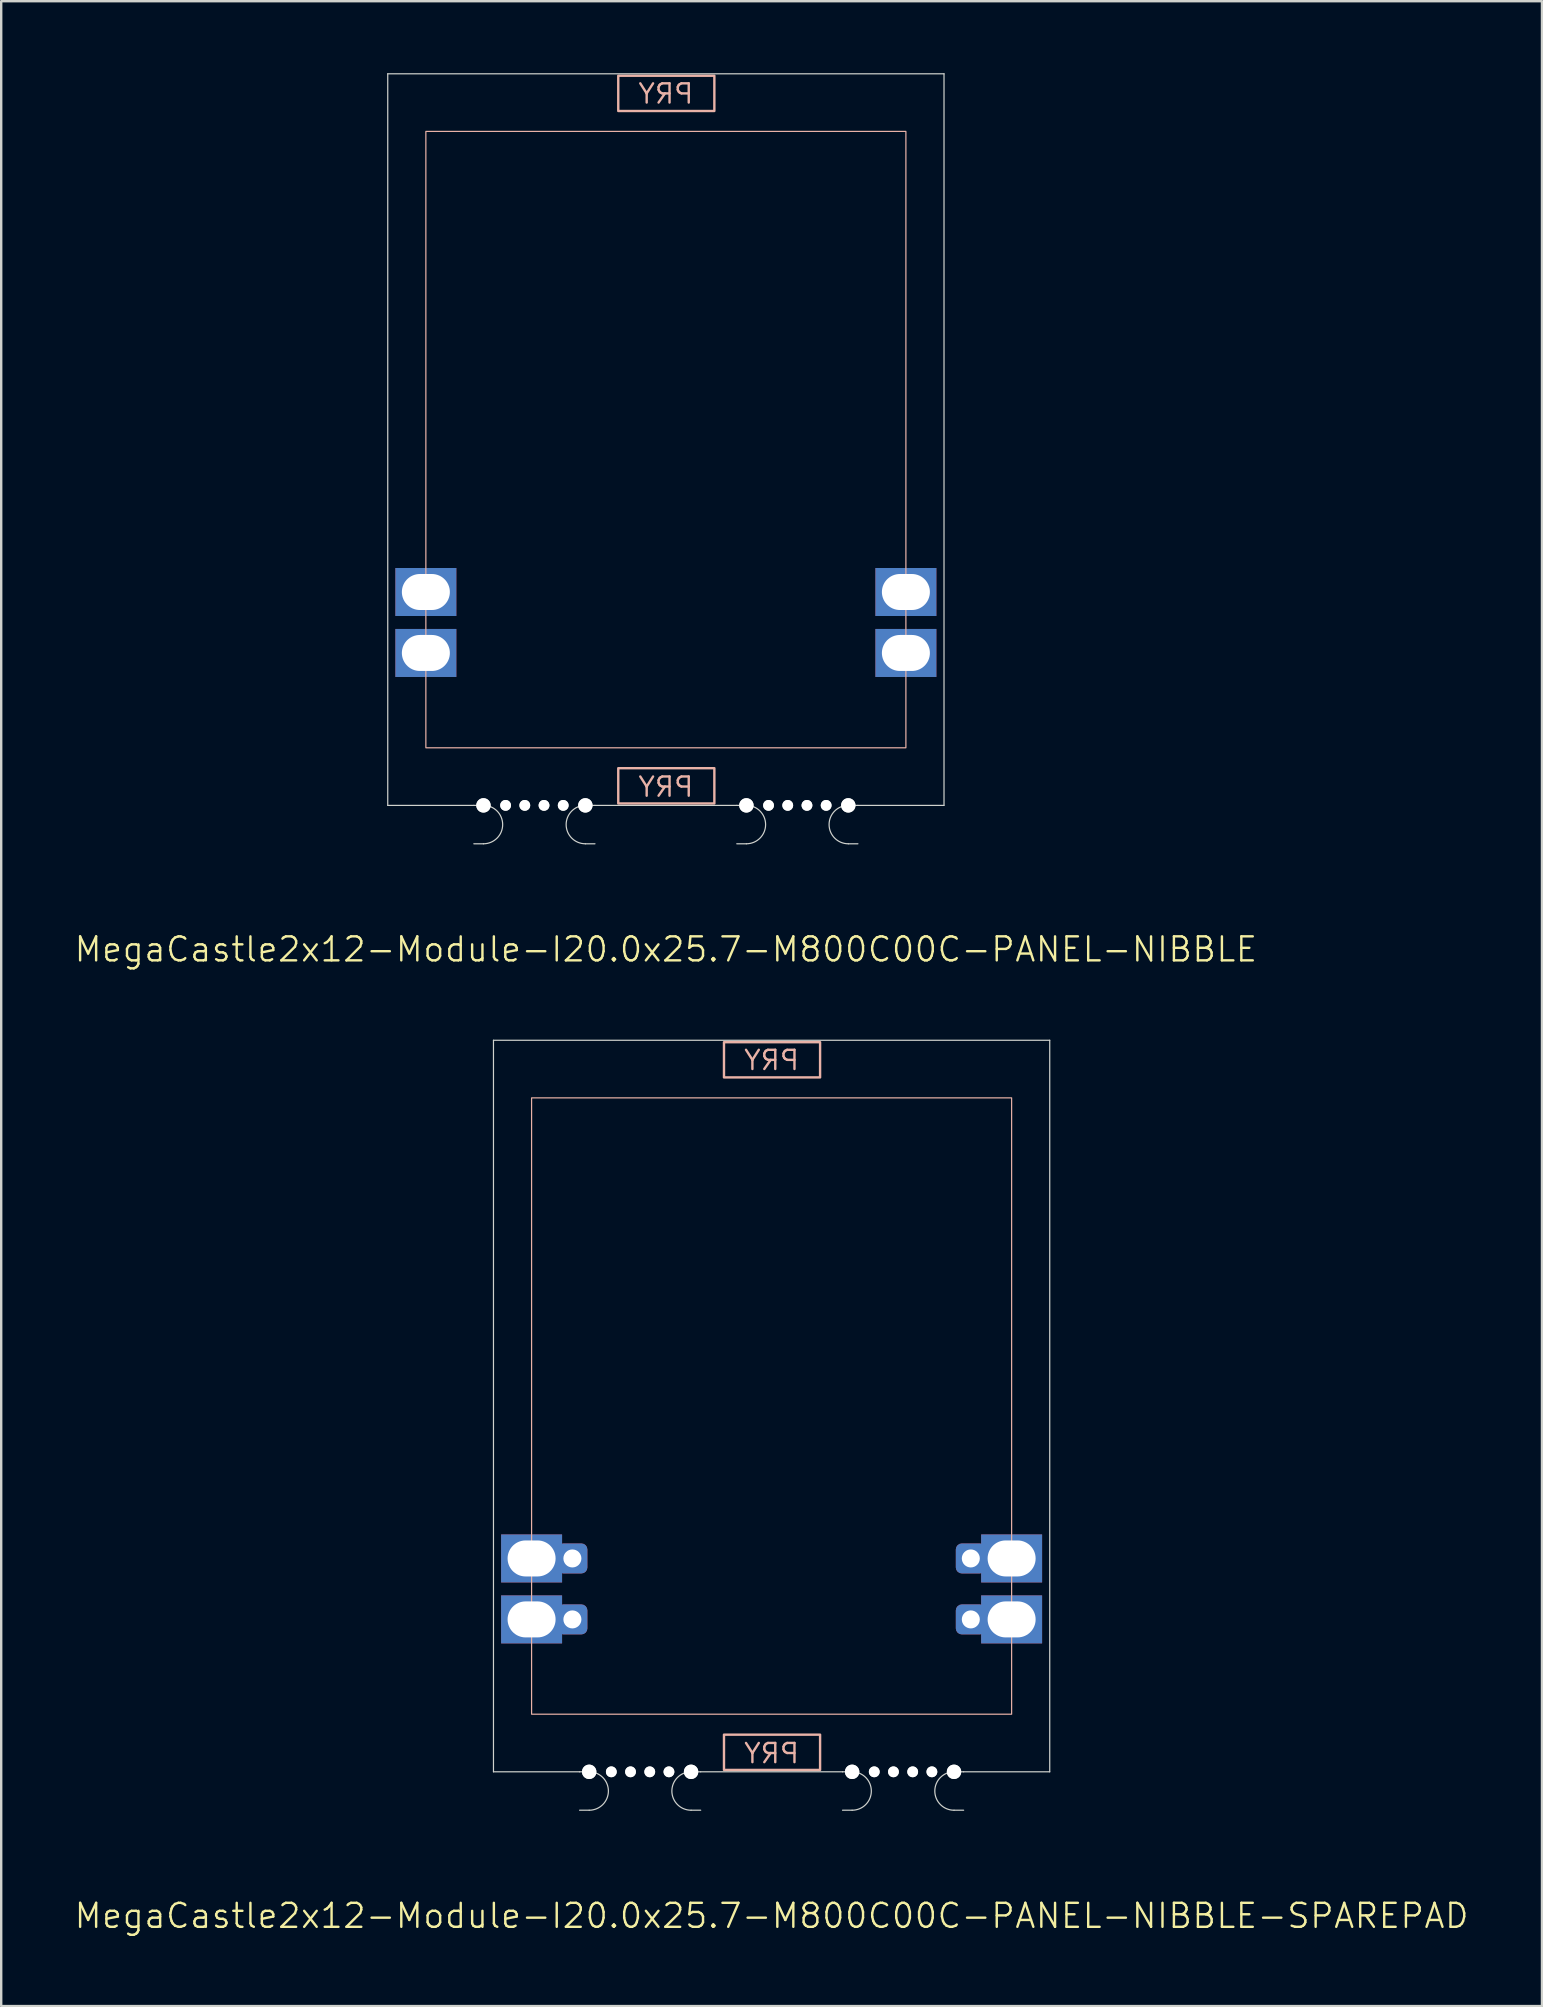
<source format=kicad_pcb>
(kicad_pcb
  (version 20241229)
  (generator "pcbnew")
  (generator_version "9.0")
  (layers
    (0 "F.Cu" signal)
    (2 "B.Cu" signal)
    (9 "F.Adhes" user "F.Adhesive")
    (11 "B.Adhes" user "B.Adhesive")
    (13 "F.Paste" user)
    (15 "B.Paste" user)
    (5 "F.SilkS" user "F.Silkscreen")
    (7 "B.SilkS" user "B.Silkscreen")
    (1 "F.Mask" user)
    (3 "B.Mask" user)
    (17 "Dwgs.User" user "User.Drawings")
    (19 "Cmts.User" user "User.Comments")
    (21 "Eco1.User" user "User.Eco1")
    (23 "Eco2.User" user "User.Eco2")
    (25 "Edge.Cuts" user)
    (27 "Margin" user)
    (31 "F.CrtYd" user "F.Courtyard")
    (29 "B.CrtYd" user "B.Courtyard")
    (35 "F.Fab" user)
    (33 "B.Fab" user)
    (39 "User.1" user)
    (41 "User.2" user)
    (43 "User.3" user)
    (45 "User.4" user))
  (footprint "MegaCastle2x12-Module-I20.0x25.7-M800C00C-PANEL-NIBBLE-SPAREPAD"
    (layer "F.Cu")
    (at 29.098 55.531)
    (property "Reference" "MegaCastle2x12-Module-I20.0x25.7-M800C00C-PANEL-NIBBLE-SPAREPAD" (at 0 21.24 0) (unlocked yes) (layer "F.SilkS") (effects (font (size 1 1) (thickness 0.1))))
    (attr smd)
    (fp_rect (start -10 12.84) (end 10 -12.84) (stroke (width 0.05) (type default)) (fill no) (layer "B.SilkS"))
    (fp_rect (start -1.984 -13.691) (end 2.02 -15.16) (stroke (width 0.1) (type default)) (fill no) (layer "B.SilkS"))
    (fp_rect (start -1.984 13.691) (end 2.02 15.16) (stroke (width 0.1) (type default)) (fill no) (layer "B.SilkS"))
    (fp_line (start -11.588 -15.24) (end -11.588 15.24) (stroke (width 0.05) (type default)) (layer "Edge.Cuts"))
    (fp_line (start -11.588 -15.24) (end 11.588 -15.24) (stroke (width 0.05) (type default)) (layer "Edge.Cuts"))
    (fp_line (start -11.588 15.24) (end -8 15.24) (stroke (width 0.05) (type default)) (layer "Edge.Cuts"))
    (fp_line (start -8 15.24) (end -7.6 15.24) (stroke (width 0.05) (type default)) (layer "Edge.Cuts"))
    (fp_line (start -8 16.84) (end -7.6 16.84) (stroke (width 0.05) (type default)) (layer "Edge.Cuts"))
    (fp_line (start -2.955 15.24) (end -3.355 15.24) (stroke (width 0.05) (type default)) (layer "Edge.Cuts"))
    (fp_line (start -2.955 15.24) (end 2.955 15.24) (stroke (width 0.05) (type default)) (layer "Edge.Cuts"))
    (fp_line (start -2.955 16.84) (end -3.355 16.84) (stroke (width 0.05) (type default)) (layer "Edge.Cuts"))
    (fp_line (start 2.955 15.24) (end 3.355 15.24) (stroke (width 0.05) (type default)) (layer "Edge.Cuts"))
    (fp_line (start 2.955 16.84) (end 3.355 16.84) (stroke (width 0.05) (type default)) (layer "Edge.Cuts"))
    (fp_line (start 8 15.24) (end 7.6 15.24) (stroke (width 0.05) (type default)) (layer "Edge.Cuts"))
    (fp_line (start 8 15.24) (end 11.588 15.24) (stroke (width 0.05) (type default)) (layer "Edge.Cuts"))
    (fp_line (start 8 16.84) (end 7.6 16.84) (stroke (width 0.05) (type default)) (layer "Edge.Cuts"))
    (fp_line (start 11.588 -15.24) (end 11.588 15.24) (stroke (width 0.05) (type default)) (layer "Edge.Cuts"))
    (fp_arc (start -7.6 15.24) (mid -6.8 16.040001) (end -7.6 16.84) (stroke (width 0.05) (type default)) (layer "Edge.Cuts"))
    (fp_arc (start -3.355 16.84) (mid -4.155 16.04) (end -3.355 15.24) (stroke (width 0.05) (type default)) (layer "Edge.Cuts"))
    (fp_arc (start 3.355 15.24) (mid 4.155 16.040001) (end 3.355 16.84) (stroke (width 0.05) (type default)) (layer "Edge.Cuts"))
    (fp_arc (start 7.6 16.84) (mid 6.8 16.04) (end 7.6 15.24) (stroke (width 0.05) (type default)) (layer "Edge.Cuts"))
    (fp_text user "PRY" (at 0 14.94 0) (unlocked yes) (layer "B.SilkS") (effects (font (size 0.8 0.8) (thickness 0.1)) (justify bottom mirror)))
    (fp_text user "PRY" (at 0 -13.94 0) (unlocked yes) (layer "B.SilkS") (effects (font (size 0.8 0.8) (thickness 0.1)) (justify bottom mirror)))
    (pad "" np_thru_hole circle (at -7.6 15.24) (size 0.6 0.6) (drill 0.6) (layers "*.Cu" "Edge.Cuts"))
    (pad "" np_thru_hole circle (at -6.678 15.24) (size 0.45 0.45) (drill 0.45) (layers "*.Cu" "Edge.Cuts"))
    (pad "" np_thru_hole circle (at -5.878 15.24) (size 0.45 0.45) (drill 0.45) (layers "*.Cu" "Edge.Cuts"))
    (pad "" np_thru_hole circle (at -5.077 15.24) (size 0.45 0.45) (drill 0.45) (layers "*.Cu" "Edge.Cuts"))
    (pad "" np_thru_hole circle (at -4.277 15.24) (size 0.45 0.45) (drill 0.45) (layers "*.Cu" "Edge.Cuts"))
    (pad "" np_thru_hole circle (at -3.355 15.24) (size 0.6 0.6) (drill 0.6) (layers "*.Cu" "Edge.Cuts"))
    (pad "" np_thru_hole circle (at 3.355 15.24) (size 0.6 0.6) (drill 0.6) (layers "*.Cu" "Edge.Cuts"))
    (pad "" np_thru_hole circle (at 4.277 15.24) (size 0.45 0.45) (drill 0.45) (layers "*.Cu" "Edge.Cuts"))
    (pad "" np_thru_hole circle (at 5.077 15.24) (size 0.45 0.45) (drill 0.45) (layers "*.Cu" "Edge.Cuts"))
    (pad "" np_thru_hole circle (at 5.878 15.24) (size 0.45 0.45) (drill 0.45) (layers "*.Cu" "Edge.Cuts"))
    (pad "" np_thru_hole circle (at 6.678 15.24) (size 0.45 0.45) (drill 0.45) (layers "*.Cu" "Edge.Cuts"))
    (pad "" np_thru_hole circle (at 7.6 15.24) (size 0.6 0.6) (drill 0.6) (layers "*.Cu" "Edge.Cuts"))
    (pad "9" thru_hole rect (at -10 6.35) (size 2.54 2) (drill oval 2 1.5) (property pad_prop_castellated) (layers "*.Cu" "*.Mask"))
    (pad "9" thru_hole roundrect (at -8.3 6.35 180) (size 1.25 1.25) (drill 0.75) (layers "*.Cu" "*.Mask") (roundrect_rratio 0.2))
    (pad "10" thru_hole rect (at -10 8.89) (size 2.54 2) (drill oval 2 1.5) (property pad_prop_castellated) (layers "*.Cu" "*.Mask"))
    (pad "10" thru_hole roundrect (at -8.3 8.89 180) (size 1.25 1.25) (drill 0.75) (layers "*.Cu" "*.Mask") (roundrect_rratio 0.2))
    (pad "21" thru_hole roundrect (at 8.3 6.35 180) (size 1.25 1.25) (drill 0.75) (layers "*.Cu" "*.Mask") (roundrect_rratio 0.2))
    (pad "21" thru_hole rect (at 10 6.35) (size 2.54 2) (drill oval 2 1.5) (property pad_prop_castellated) (layers "*.Cu" "*.Mask"))
    (pad "22" thru_hole roundrect (at 8.3 8.89 180) (size 1.25 1.25) (drill 0.75) (layers "*.Cu" "*.Mask") (roundrect_rratio 0.2))
    (pad "22" thru_hole rect (at 10 8.89) (size 2.54 2) (drill oval 2 1.5) (property pad_prop_castellated) (layers "*.Cu" "*.Mask"))
    (zone (net_name "") (layer "B.Cu") (hatch edge 0.5) (connect_pads) (min_thickness 0.25) (filled_areas_thickness no) (keepout (tracks allowed) (vias allowed) (pads allowed) (copperpour allowed) (footprints not_allowed)) (placement (enabled no)) (fill) (polygon (pts (xy 19.098 70.77) (xy 19.098 40.291))))
    (zone (net_name "") (layer "B.Cu") (hatch edge 0.5) (connect_pads) (min_thickness 0.25) (filled_areas_thickness no) (keepout (tracks allowed) (vias allowed) (pads allowed) (copperpour allowed) (footprints not_allowed)) (placement (enabled no)) (fill) (polygon (pts (xy 39.098 70.77) (xy 39.098 40.291))))
    (zone (net_name "") (layer "B.Cu") (hatch edge 0.5) (connect_pads) (min_thickness 0.25) (filled_areas_thickness no) (keepout (tracks allowed) (vias allowed) (pads allowed) (copperpour allowed) (footprints not_allowed)) (placement (enabled no)) (fill) (polygon (pts (xy 19.098 40.291) (xy 19.098 42.691) (xy 39.098 42.691) (xy 39.098 40.291))))
    (zone (net_name "") (layer "B.Cu") (hatch edge 0.5) (connect_pads) (min_thickness 0.25) (filled_areas_thickness no) (keepout (tracks allowed) (vias allowed) (pads allowed) (copperpour allowed) (footprints not_allowed)) (placement (enabled no)) (fill) (polygon (pts (xy 19.098 70.77) (xy 19.098 68.371) (xy 39.098 68.371) (xy 39.098 70.77))))
    (zone (net_name "") (layer "B.Cu") (name "Upper Pry Zone") (hatch edge 0.5) (connect_pads) (min_thickness 0.25) (filled_areas_thickness no) (keepout (tracks not_allowed) (vias not_allowed) (pads not_allowed) (copperpour allowed) (footprints not_allowed)) (placement (enabled no)) (fill) (polygon (pts (xy 27.113 41.839) (xy 27.113 40.37) (xy 31.117 40.37) (xy 31.117 41.839))))
    (zone (net_name "") (layer "B.Cu") (name "Upper Pry Zone") (hatch edge 0.5) (connect_pads) (min_thickness 0.25) (filled_areas_thickness no) (keepout (tracks not_allowed) (vias not_allowed) (pads not_allowed) (copperpour allowed) (footprints not_allowed)) (placement (enabled no)) (fill) (polygon (pts (xy 27.113 69.222) (xy 27.113 70.691) (xy 31.117 70.691) (xy 31.117 69.222)))))
  (footprint "MegaCastle2x12-Module-I20.0x25.7-M800C00C-PANEL-NIBBLE"
    (layer "F.Cu")
    (at 24.693 15.265)
    (property "Reference" "MegaCastle2x12-Module-I20.0x25.7-M800C00C-PANEL-NIBBLE" (at 0 21.24 0) (unlocked yes) (layer "F.SilkS") (effects (font (size 1 1) (thickness 0.1))))
    (attr smd)
    (fp_rect (start -10 12.84) (end 10 -12.84) (stroke (width 0.05) (type default)) (fill no) (layer "B.SilkS"))
    (fp_rect (start -1.984 -13.691) (end 2.02 -15.16) (stroke (width 0.1) (type default)) (fill no) (layer "B.SilkS"))
    (fp_rect (start -1.984 13.691) (end 2.02 15.16) (stroke (width 0.1) (type default)) (fill no) (layer "B.SilkS"))
    (fp_line (start -11.588 -15.24) (end -11.588 15.24) (stroke (width 0.05) (type default)) (layer "Edge.Cuts"))
    (fp_line (start -11.588 -15.24) (end 11.588 -15.24) (stroke (width 0.05) (type default)) (layer "Edge.Cuts"))
    (fp_line (start -11.588 15.24) (end -8 15.24) (stroke (width 0.05) (type default)) (layer "Edge.Cuts"))
    (fp_line (start -8 15.24) (end -7.6 15.24) (stroke (width 0.05) (type default)) (layer "Edge.Cuts"))
    (fp_line (start -8 16.84) (end -7.6 16.84) (stroke (width 0.05) (type default)) (layer "Edge.Cuts"))
    (fp_line (start -2.955 15.24) (end -3.355 15.24) (stroke (width 0.05) (type default)) (layer "Edge.Cuts"))
    (fp_line (start -2.955 15.24) (end 2.955 15.24) (stroke (width 0.05) (type default)) (layer "Edge.Cuts"))
    (fp_line (start -2.955 16.84) (end -3.355 16.84) (stroke (width 0.05) (type default)) (layer "Edge.Cuts"))
    (fp_line (start 2.955 15.24) (end 3.355 15.24) (stroke (width 0.05) (type default)) (layer "Edge.Cuts"))
    (fp_line (start 2.955 16.84) (end 3.355 16.84) (stroke (width 0.05) (type default)) (layer "Edge.Cuts"))
    (fp_line (start 8 15.24) (end 7.6 15.24) (stroke (width 0.05) (type default)) (layer "Edge.Cuts"))
    (fp_line (start 8 15.24) (end 11.588 15.24) (stroke (width 0.05) (type default)) (layer "Edge.Cuts"))
    (fp_line (start 8 16.84) (end 7.6 16.84) (stroke (width 0.05) (type default)) (layer "Edge.Cuts"))
    (fp_line (start 11.588 -15.24) (end 11.588 15.24) (stroke (width 0.05) (type default)) (layer "Edge.Cuts"))
    (fp_arc (start -7.6 15.24) (mid -6.8 16.040001) (end -7.6 16.84) (stroke (width 0.05) (type default)) (layer "Edge.Cuts"))
    (fp_arc (start -3.355 16.84) (mid -4.155 16.04) (end -3.355 15.24) (stroke (width 0.05) (type default)) (layer "Edge.Cuts"))
    (fp_arc (start 3.355 15.24) (mid 4.155 16.040001) (end 3.355 16.84) (stroke (width 0.05) (type default)) (layer "Edge.Cuts"))
    (fp_arc (start 7.6 16.84) (mid 6.8 16.04) (end 7.6 15.24) (stroke (width 0.05) (type default)) (layer "Edge.Cuts"))
    (fp_text user "PRY" (at 0 14.94 0) (unlocked yes) (layer "B.SilkS") (effects (font (size 0.8 0.8) (thickness 0.1)) (justify bottom mirror)))
    (fp_text user "PRY" (at 0 -13.94 0) (unlocked yes) (layer "B.SilkS") (effects (font (size 0.8 0.8) (thickness 0.1)) (justify bottom mirror)))
    (pad "" np_thru_hole circle (at -7.6 15.24) (size 0.6 0.6) (drill 0.6) (layers "*.Cu" "Edge.Cuts"))
    (pad "" np_thru_hole circle (at -6.678 15.24) (size 0.45 0.45) (drill 0.45) (layers "*.Cu" "Edge.Cuts"))
    (pad "" np_thru_hole circle (at -5.878 15.24) (size 0.45 0.45) (drill 0.45) (layers "*.Cu" "Edge.Cuts"))
    (pad "" np_thru_hole circle (at -5.077 15.24) (size 0.45 0.45) (drill 0.45) (layers "*.Cu" "Edge.Cuts"))
    (pad "" np_thru_hole circle (at -4.277 15.24) (size 0.45 0.45) (drill 0.45) (layers "*.Cu" "Edge.Cuts"))
    (pad "" np_thru_hole circle (at -3.355 15.24) (size 0.6 0.6) (drill 0.6) (layers "*.Cu" "Edge.Cuts"))
    (pad "" np_thru_hole circle (at 3.355 15.24) (size 0.6 0.6) (drill 0.6) (layers "*.Cu" "Edge.Cuts"))
    (pad "" np_thru_hole circle (at 4.277 15.24) (size 0.45 0.45) (drill 0.45) (layers "*.Cu" "Edge.Cuts"))
    (pad "" np_thru_hole circle (at 5.077 15.24) (size 0.45 0.45) (drill 0.45) (layers "*.Cu" "Edge.Cuts"))
    (pad "" np_thru_hole circle (at 5.878 15.24) (size 0.45 0.45) (drill 0.45) (layers "*.Cu" "Edge.Cuts"))
    (pad "" np_thru_hole circle (at 6.678 15.24) (size 0.45 0.45) (drill 0.45) (layers "*.Cu" "Edge.Cuts"))
    (pad "" np_thru_hole circle (at 7.6 15.24) (size 0.6 0.6) (drill 0.6) (layers "*.Cu" "Edge.Cuts"))
    (pad "9" thru_hole rect (at -10 6.35) (size 2.54 2) (drill oval 2 1.5) (property pad_prop_castellated) (layers "*.Cu" "*.Mask"))
    (pad "10" thru_hole rect (at -10 8.89) (size 2.54 2) (drill oval 2 1.5) (property pad_prop_castellated) (layers "*.Cu" "*.Mask"))
    (pad "21" thru_hole rect (at 10 6.35) (size 2.54 2) (drill oval 2 1.5) (property pad_prop_castellated) (layers "*.Cu" "*.Mask"))
    (pad "22" thru_hole rect (at 10 8.89) (size 2.54 2) (drill oval 2 1.5) (property pad_prop_castellated) (layers "*.Cu" "*.Mask"))
    (zone (net_name "") (layer "B.Cu") (hatch edge 0.5) (connect_pads) (min_thickness 0.25) (filled_areas_thickness no) (keepout (tracks allowed) (vias allowed) (pads allowed) (copperpour allowed) (footprints not_allowed)) (placement (enabled no)) (fill) (polygon (pts (xy 14.693 30.505) (xy 14.693 0.025))))
    (zone (net_name "") (layer "B.Cu") (hatch edge 0.5) (connect_pads) (min_thickness 0.25) (filled_areas_thickness no) (keepout (tracks allowed) (vias allowed) (pads allowed) (copperpour allowed) (footprints not_allowed)) (placement (enabled no)) (fill) (polygon (pts (xy 34.693 30.505) (xy 34.693 0.025))))
    (zone (net_name "") (layer "B.Cu") (hatch edge 0.5) (connect_pads) (min_thickness 0.25) (filled_areas_thickness no) (keepout (tracks allowed) (vias allowed) (pads allowed) (copperpour allowed) (footprints not_allowed)) (placement (enabled no)) (fill) (polygon (pts (xy 14.693 0.025) (xy 14.693 2.425) (xy 34.693 2.425) (xy 34.693 0.025))))
    (zone (net_name "") (layer "B.Cu") (hatch edge 0.5) (connect_pads) (min_thickness 0.25) (filled_areas_thickness no) (keepout (tracks allowed) (vias allowed) (pads allowed) (copperpour allowed) (footprints not_allowed)) (placement (enabled no)) (fill) (polygon (pts (xy 14.693 30.505) (xy 14.693 28.105) (xy 34.693 28.105) (xy 34.693 30.505))))
    (zone (net_name "") (layer "B.Cu") (name "Upper Pry Zone") (hatch edge 0.5) (connect_pads) (min_thickness 0.25) (filled_areas_thickness no) (keepout (tracks not_allowed) (vias not_allowed) (pads not_allowed) (copperpour allowed) (footprints not_allowed)) (placement (enabled no)) (fill) (polygon (pts (xy 22.709 1.574) (xy 22.709 0.105) (xy 26.712 0.105) (xy 26.712 1.574))))
    (zone (net_name "") (layer "B.Cu") (name "Upper Pry Zone") (hatch edge 0.5) (connect_pads) (min_thickness 0.25) (filled_areas_thickness no) (keepout (tracks not_allowed) (vias not_allowed) (pads not_allowed) (copperpour allowed) (footprints not_allowed)) (placement (enabled no)) (fill) (polygon (pts (xy 22.709 28.956) (xy 22.709 30.425) (xy 26.712 30.425) (xy 26.712 28.956)))))
  (gr_rect
    (start -3 -3)
    (end 61.195 80.531)
    (stroke (width 0.1) (type default))
    (fill no)
    (layer "Edge.Cuts")))
</source>
